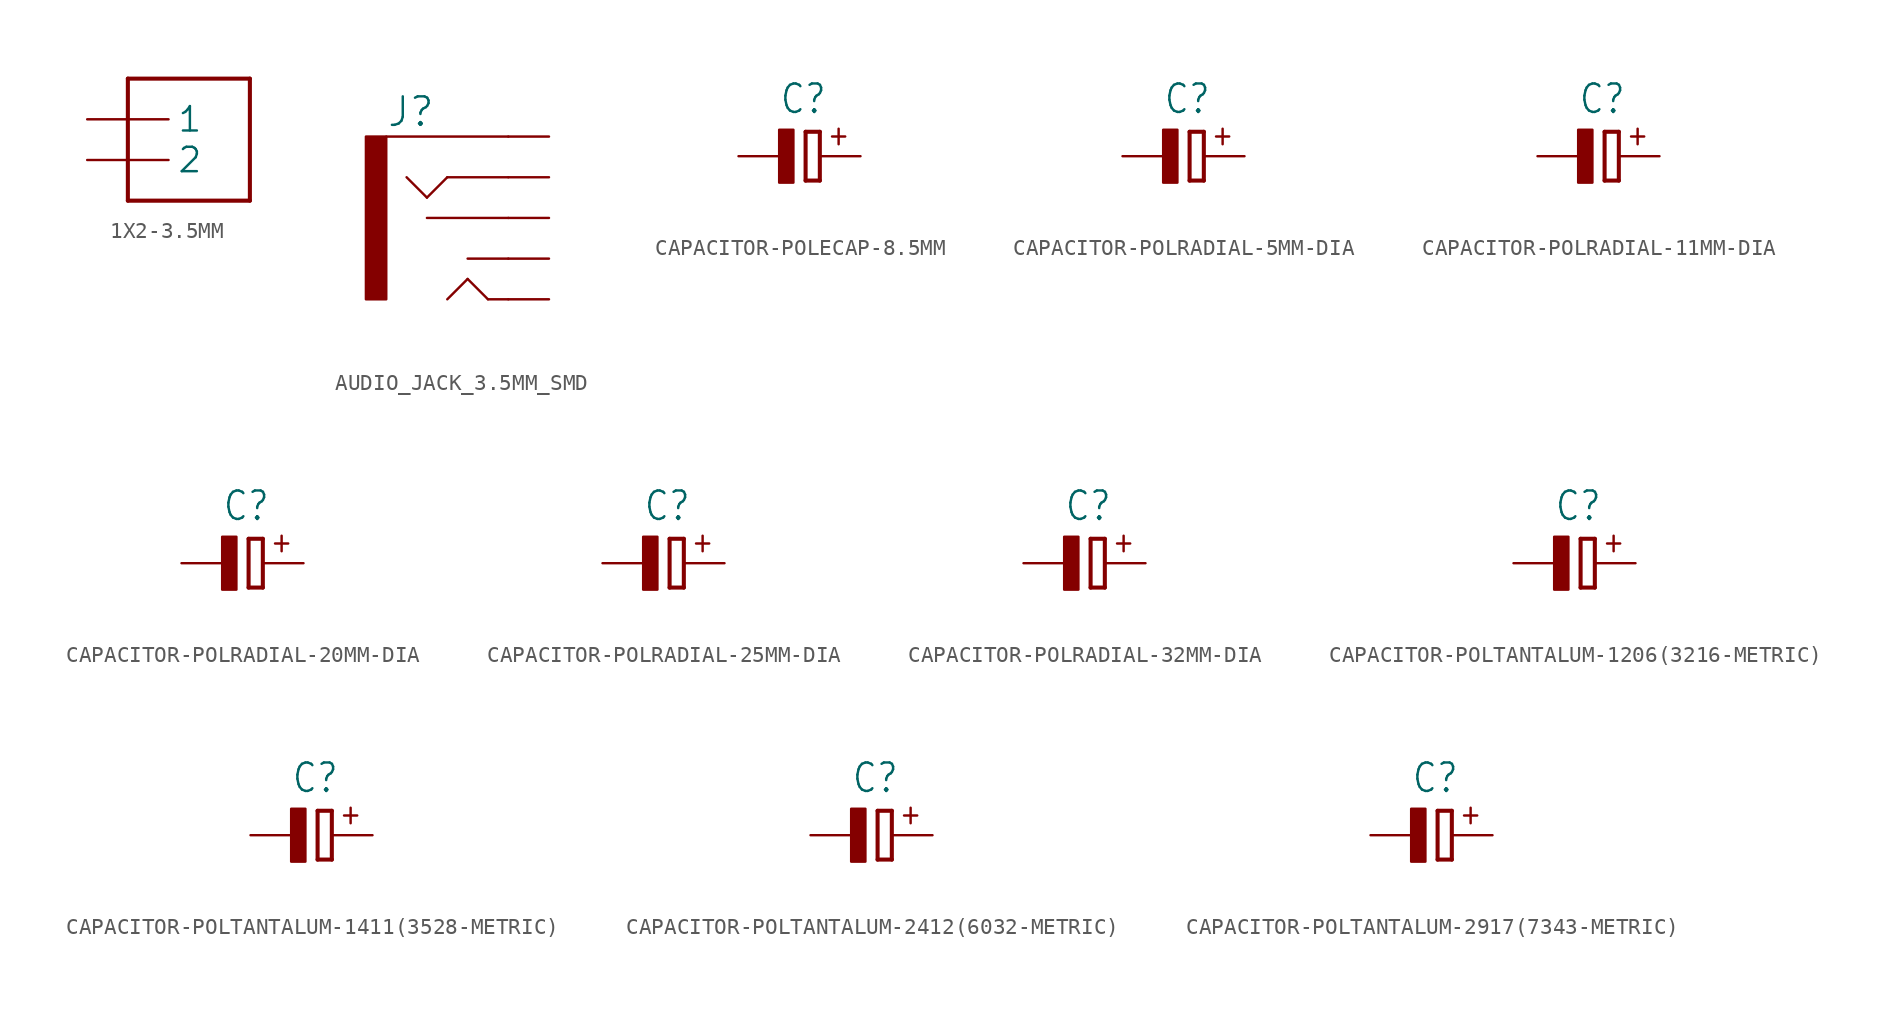
<source format=kicad_sym>
(kicad_symbol_lib
  (version 20241209)
  (generator "kicad_symbol_editor")
  (generator_version "9.0")
  (symbol "1X2-3.5MM"
    (property "Reference" "J"
      (at 0 0 0)
      (effects (font (size 1.27 1.27)) (hide yes)))
    (property "ki_locked" ""
      (at 0 0 0)
      (effects (font (size 1.27 1.27))))
    (symbol "1X2-3.5MM_1_0"
      (polyline (pts (xy -2.54 5.08) (xy -2.54 -2.54)) (stroke (width 0.254) (type solid)) (fill (type none)))
      (polyline (pts (xy -2.54 -2.54) (xy 5.08 -2.54)) (stroke (width 0.254) (type solid)) (fill (type none)))
      (polyline (pts (xy 5.08 5.08) (xy -2.54 5.08)) (stroke (width 0.254) (type solid)) (fill (type none)))
      (polyline (pts (xy 5.08 -2.54) (xy 5.08 5.08)) (stroke (width 0.254) (type solid)) (fill (type none)))
      (pin passive line (at -5.08 2.54 0) (length 5.08) (name "1" (effects (font (size 1.524 1.524)))) (number "1" (effects (font (size 0 0)))))
      (pin passive line (at -5.08 0 0) (length 5.08) (name "2" (effects (font (size 1.524 1.524)))) (number "2" (effects (font (size 0 0)))))))
  (symbol "AUDIO_JACK_3.5MM_SMD"
    (property "Reference" "J"
      (at -5.08 5.588 0)
      (effects (font (size 1.778 1.778)) (justify left bottom)))
    (property "Value" ""
      (at -5.08 -7.62 0)
      (effects (font (size 1.778 1.778)) (justify left bottom)))
    (property "ki_locked" ""
      (at 0 0 0)
      (effects (font (size 1.27 1.27))))
    (symbol "AUDIO_JACK_3.5MM_SMD_1_0"
      (rectangle (start -6.35 -5.08) (end -5.08 5.08) (stroke (width 0) (type default)) (fill (type outline)))
      (polyline (pts (xy -2.54 1.27) (xy -3.81 2.54)) (stroke (width 0.152) (type solid)) (fill (type none)))
      (polyline (pts (xy -2.54 0) (xy 2.54 0)) (stroke (width 0.152) (type solid)) (fill (type none)))
      (polyline (pts (xy -1.27 2.54) (xy -2.54 1.27)) (stroke (width 0.152) (type solid)) (fill (type none)))
      (polyline (pts (xy -1.27 -5.08) (xy 0 -3.81)) (stroke (width 0.152) (type solid)) (fill (type none)))
      (polyline (pts (xy 0 -2.54) (xy 2.54 -2.54)) (stroke (width 0.152) (type solid)) (fill (type none)))
      (polyline (pts (xy 0 -3.81) (xy 1.27 -5.08)) (stroke (width 0.152) (type solid)) (fill (type none)))
      (polyline (pts (xy 1.27 -5.08) (xy 2.54 -5.08)) (stroke (width 0.152) (type solid)) (fill (type none)))
      (polyline (pts (xy 2.54 5.08) (xy -5.08 5.08)) (stroke (width 0.152) (type solid)) (fill (type none)))
      (polyline (pts (xy 2.54 2.54) (xy -1.27 2.54)) (stroke (width 0.152) (type solid)) (fill (type none)))
      (pin bidirectional line (at 5.08 5.08 180) (length 2.54) (name "SLEEVE" (effects (font (size 0 0)))) (number "SLEEVE" (effects (font (size 0 0)))))
      (pin bidirectional line (at 5.08 2.54 180) (length 2.54) (name "RING" (effects (font (size 0 0)))) (number "RING1" (effects (font (size 0 0)))))
      (pin bidirectional line (at 5.08 0 180) (length 2.54) (name "RSH" (effects (font (size 0 0)))) (number "RSH" (effects (font (size 0 0)))))
      (pin bidirectional line (at 5.08 -2.54 180) (length 2.54) (name "TSH" (effects (font (size 0 0)))) (number "TSH" (effects (font (size 0 0)))))
      (pin bidirectional line (at 5.08 -5.08 180) (length 2.54) (name "TIP" (effects (font (size 0 0)))) (number "TIP" (effects (font (size 0 0)))))))
  (symbol "CAPACITOR-POLECAP-8.5MM"
    (property "Reference" "C"
      (at -2.54 2.54 0)
      (effects (font (size 1.778 1.511)) (justify left bottom)))
    (property "Value" ""
      (at -2.54 -3.81 0)
      (effects (font (size 1.778 1.511)) (justify left bottom)))
    (property "ki_locked" ""
      (at 0 0 0)
      (effects (font (size 1.27 1.27))))
    (symbol "CAPACITOR-POLECAP-8.5MM_1_0"
      (rectangle (start -2.54 -1.651) (end -1.651 1.651) (stroke (width 0) (type default)) (fill (type outline)))
      (polyline (pts (xy -0.889 1.524) (xy 0 1.524)) (stroke (width 0.254) (type solid)) (fill (type none)))
      (polyline (pts (xy -0.889 -1.524) (xy -0.889 1.524)) (stroke (width 0.254) (type solid)) (fill (type none)))
      (polyline (pts (xy 0 -1.524) (xy -0.889 -1.524)) (stroke (width 0.254) (type solid)) (fill (type none)))
      (polyline (pts (xy 0 -1.524) (xy 0 1.524)) (stroke (width 0.254) (type solid)) (fill (type none)))
      (text "+" (at 0.406 0.584 0) (effects (font (size 1.27 1.079)) (justify left bottom)))
      (pin passive line (at -5.08 0 0) (length 2.54) (name "-" (effects (font (size 0 0)))) (number "2" (effects (font (size 0 0)))))
      (pin passive line (at 2.54 0 180) (length 2.54) (name "+" (effects (font (size 0 0)))) (number "1" (effects (font (size 0 0)))))))
  (symbol "CAPACITOR-POLRADIAL-5MM-DIA"
    (property "Reference" "C"
      (at -2.54 2.54 0)
      (effects (font (size 1.778 1.511)) (justify left bottom)))
    (property "Value" ""
      (at -2.54 -3.81 0)
      (effects (font (size 1.778 1.511)) (justify left bottom)))
    (property "ki_locked" ""
      (at 0 0 0)
      (effects (font (size 1.27 1.27))))
    (symbol "CAPACITOR-POLRADIAL-5MM-DIA_1_0"
      (rectangle (start -2.54 -1.651) (end -1.651 1.651) (stroke (width 0) (type default)) (fill (type outline)))
      (polyline (pts (xy -0.889 1.524) (xy 0 1.524)) (stroke (width 0.254) (type solid)) (fill (type none)))
      (polyline (pts (xy -0.889 -1.524) (xy -0.889 1.524)) (stroke (width 0.254) (type solid)) (fill (type none)))
      (polyline (pts (xy 0 -1.524) (xy -0.889 -1.524)) (stroke (width 0.254) (type solid)) (fill (type none)))
      (polyline (pts (xy 0 -1.524) (xy 0 1.524)) (stroke (width 0.254) (type solid)) (fill (type none)))
      (text "+" (at 0.406 0.584 0) (effects (font (size 1.27 1.079)) (justify left bottom)))
      (pin passive line (at -5.08 0 0) (length 2.54) (name "-" (effects (font (size 0 0)))) (number "2" (effects (font (size 0 0)))))
      (pin passive line (at 2.54 0 180) (length 2.54) (name "+" (effects (font (size 0 0)))) (number "1" (effects (font (size 0 0)))))))
  (symbol "CAPACITOR-POLRADIAL-11MM-DIA"
    (property "Reference" "C"
      (at -2.54 2.54 0)
      (effects (font (size 1.778 1.511)) (justify left bottom)))
    (property "Value" ""
      (at -2.54 -3.81 0)
      (effects (font (size 1.778 1.511)) (justify left bottom)))
    (property "ki_locked" ""
      (at 0 0 0)
      (effects (font (size 1.27 1.27))))
    (symbol "CAPACITOR-POLRADIAL-11MM-DIA_1_0"
      (rectangle (start -2.54 -1.651) (end -1.651 1.651) (stroke (width 0) (type default)) (fill (type outline)))
      (polyline (pts (xy -0.889 1.524) (xy 0 1.524)) (stroke (width 0.254) (type solid)) (fill (type none)))
      (polyline (pts (xy -0.889 -1.524) (xy -0.889 1.524)) (stroke (width 0.254) (type solid)) (fill (type none)))
      (polyline (pts (xy 0 -1.524) (xy -0.889 -1.524)) (stroke (width 0.254) (type solid)) (fill (type none)))
      (polyline (pts (xy 0 -1.524) (xy 0 1.524)) (stroke (width 0.254) (type solid)) (fill (type none)))
      (text "+" (at 0.406 0.584 0) (effects (font (size 1.27 1.079)) (justify left bottom)))
      (pin passive line (at -5.08 0 0) (length 2.54) (name "-" (effects (font (size 0 0)))) (number "2" (effects (font (size 0 0)))))
      (pin passive line (at 2.54 0 180) (length 2.54) (name "+" (effects (font (size 0 0)))) (number "1" (effects (font (size 0 0)))))))
  (symbol "CAPACITOR-POLRADIAL-20MM-DIA"
    (property "Reference" "C"
      (at -2.54 2.54 0)
      (effects (font (size 1.778 1.511)) (justify left bottom)))
    (property "Value" ""
      (at -2.54 -3.81 0)
      (effects (font (size 1.778 1.511)) (justify left bottom)))
    (property "ki_locked" ""
      (at 0 0 0)
      (effects (font (size 1.27 1.27))))
    (symbol "CAPACITOR-POLRADIAL-20MM-DIA_1_0"
      (rectangle (start -2.54 -1.651) (end -1.651 1.651) (stroke (width 0) (type default)) (fill (type outline)))
      (polyline (pts (xy -0.889 1.524) (xy 0 1.524)) (stroke (width 0.254) (type solid)) (fill (type none)))
      (polyline (pts (xy -0.889 -1.524) (xy -0.889 1.524)) (stroke (width 0.254) (type solid)) (fill (type none)))
      (polyline (pts (xy 0 -1.524) (xy -0.889 -1.524)) (stroke (width 0.254) (type solid)) (fill (type none)))
      (polyline (pts (xy 0 -1.524) (xy 0 1.524)) (stroke (width 0.254) (type solid)) (fill (type none)))
      (text "+" (at 0.406 0.584 0) (effects (font (size 1.27 1.079)) (justify left bottom)))
      (pin passive line (at -5.08 0 0) (length 2.54) (name "-" (effects (font (size 0 0)))) (number "2" (effects (font (size 0 0)))))
      (pin passive line (at 2.54 0 180) (length 2.54) (name "+" (effects (font (size 0 0)))) (number "1" (effects (font (size 0 0)))))))
  (symbol "CAPACITOR-POLRADIAL-25MM-DIA"
    (property "Reference" "C"
      (at -2.54 2.54 0)
      (effects (font (size 1.778 1.511)) (justify left bottom)))
    (property "Value" ""
      (at -2.54 -3.81 0)
      (effects (font (size 1.778 1.511)) (justify left bottom)))
    (property "ki_locked" ""
      (at 0 0 0)
      (effects (font (size 1.27 1.27))))
    (symbol "CAPACITOR-POLRADIAL-25MM-DIA_1_0"
      (rectangle (start -2.54 -1.651) (end -1.651 1.651) (stroke (width 0) (type default)) (fill (type outline)))
      (polyline (pts (xy -0.889 1.524) (xy 0 1.524)) (stroke (width 0.254) (type solid)) (fill (type none)))
      (polyline (pts (xy -0.889 -1.524) (xy -0.889 1.524)) (stroke (width 0.254) (type solid)) (fill (type none)))
      (polyline (pts (xy 0 -1.524) (xy -0.889 -1.524)) (stroke (width 0.254) (type solid)) (fill (type none)))
      (polyline (pts (xy 0 -1.524) (xy 0 1.524)) (stroke (width 0.254) (type solid)) (fill (type none)))
      (text "+" (at 0.406 0.584 0) (effects (font (size 1.27 1.079)) (justify left bottom)))
      (pin passive line (at -5.08 0 0) (length 2.54) (name "-" (effects (font (size 0 0)))) (number "2" (effects (font (size 0 0)))))
      (pin passive line (at 2.54 0 180) (length 2.54) (name "+" (effects (font (size 0 0)))) (number "1" (effects (font (size 0 0)))))))
  (symbol "CAPACITOR-POLRADIAL-32MM-DIA"
    (property "Reference" "C"
      (at -2.54 2.54 0)
      (effects (font (size 1.778 1.511)) (justify left bottom)))
    (property "Value" ""
      (at -2.54 -3.81 0)
      (effects (font (size 1.778 1.511)) (justify left bottom)))
    (property "ki_locked" ""
      (at 0 0 0)
      (effects (font (size 1.27 1.27))))
    (symbol "CAPACITOR-POLRADIAL-32MM-DIA_1_0"
      (rectangle (start -2.54 -1.651) (end -1.651 1.651) (stroke (width 0) (type default)) (fill (type outline)))
      (polyline (pts (xy -0.889 1.524) (xy 0 1.524)) (stroke (width 0.254) (type solid)) (fill (type none)))
      (polyline (pts (xy -0.889 -1.524) (xy -0.889 1.524)) (stroke (width 0.254) (type solid)) (fill (type none)))
      (polyline (pts (xy 0 -1.524) (xy -0.889 -1.524)) (stroke (width 0.254) (type solid)) (fill (type none)))
      (polyline (pts (xy 0 -1.524) (xy 0 1.524)) (stroke (width 0.254) (type solid)) (fill (type none)))
      (text "+" (at 0.406 0.584 0) (effects (font (size 1.27 1.079)) (justify left bottom)))
      (pin passive line (at -5.08 0 0) (length 2.54) (name "-" (effects (font (size 0 0)))) (number "2" (effects (font (size 0 0)))))
      (pin passive line (at 2.54 0 180) (length 2.54) (name "+" (effects (font (size 0 0)))) (number "1" (effects (font (size 0 0)))))))
  (symbol "CAPACITOR-POLTANTALUM-1206(3216-METRIC)"
    (property "Reference" "C"
      (at -2.54 2.54 0)
      (effects (font (size 1.778 1.511)) (justify left bottom)))
    (property "Value" ""
      (at -2.54 -3.81 0)
      (effects (font (size 1.778 1.511)) (justify left bottom)))
    (property "ki_locked" ""
      (at 0 0 0)
      (effects (font (size 1.27 1.27))))
    (symbol "CAPACITOR-POLTANTALUM-1206(3216-METRIC)_1_0"
      (rectangle (start -2.54 -1.651) (end -1.651 1.651) (stroke (width 0) (type default)) (fill (type outline)))
      (polyline (pts (xy -0.889 1.524) (xy 0 1.524)) (stroke (width 0.254) (type solid)) (fill (type none)))
      (polyline (pts (xy -0.889 -1.524) (xy -0.889 1.524)) (stroke (width 0.254) (type solid)) (fill (type none)))
      (polyline (pts (xy 0 -1.524) (xy -0.889 -1.524)) (stroke (width 0.254) (type solid)) (fill (type none)))
      (polyline (pts (xy 0 -1.524) (xy 0 1.524)) (stroke (width 0.254) (type solid)) (fill (type none)))
      (text "+" (at 0.406 0.584 0) (effects (font (size 1.27 1.079)) (justify left bottom)))
      (pin passive line (at -5.08 0 0) (length 2.54) (name "-" (effects (font (size 0 0)))) (number "2" (effects (font (size 0 0)))))
      (pin passive line (at 2.54 0 180) (length 2.54) (name "+" (effects (font (size 0 0)))) (number "1" (effects (font (size 0 0)))))))
  (symbol "CAPACITOR-POLTANTALUM-1411(3528-METRIC)"
    (property "Reference" "C"
      (at -2.54 2.54 0)
      (effects (font (size 1.778 1.511)) (justify left bottom)))
    (property "Value" ""
      (at -2.54 -3.81 0)
      (effects (font (size 1.778 1.511)) (justify left bottom)))
    (property "ki_locked" ""
      (at 0 0 0)
      (effects (font (size 1.27 1.27))))
    (symbol "CAPACITOR-POLTANTALUM-1411(3528-METRIC)_1_0"
      (rectangle (start -2.54 -1.651) (end -1.651 1.651) (stroke (width 0) (type default)) (fill (type outline)))
      (polyline (pts (xy -0.889 1.524) (xy 0 1.524)) (stroke (width 0.254) (type solid)) (fill (type none)))
      (polyline (pts (xy -0.889 -1.524) (xy -0.889 1.524)) (stroke (width 0.254) (type solid)) (fill (type none)))
      (polyline (pts (xy 0 -1.524) (xy -0.889 -1.524)) (stroke (width 0.254) (type solid)) (fill (type none)))
      (polyline (pts (xy 0 -1.524) (xy 0 1.524)) (stroke (width 0.254) (type solid)) (fill (type none)))
      (text "+" (at 0.406 0.584 0) (effects (font (size 1.27 1.079)) (justify left bottom)))
      (pin passive line (at -5.08 0 0) (length 2.54) (name "-" (effects (font (size 0 0)))) (number "2" (effects (font (size 0 0)))))
      (pin passive line (at 2.54 0 180) (length 2.54) (name "+" (effects (font (size 0 0)))) (number "1" (effects (font (size 0 0)))))))
  (symbol "CAPACITOR-POLTANTALUM-2412(6032-METRIC)"
    (property "Reference" "C"
      (at -2.54 2.54 0)
      (effects (font (size 1.778 1.511)) (justify left bottom)))
    (property "Value" ""
      (at -2.54 -3.81 0)
      (effects (font (size 1.778 1.511)) (justify left bottom)))
    (property "ki_locked" ""
      (at 0 0 0)
      (effects (font (size 1.27 1.27))))
    (symbol "CAPACITOR-POLTANTALUM-2412(6032-METRIC)_1_0"
      (rectangle (start -2.54 -1.651) (end -1.651 1.651) (stroke (width 0) (type default)) (fill (type outline)))
      (polyline (pts (xy -0.889 1.524) (xy 0 1.524)) (stroke (width 0.254) (type solid)) (fill (type none)))
      (polyline (pts (xy -0.889 -1.524) (xy -0.889 1.524)) (stroke (width 0.254) (type solid)) (fill (type none)))
      (polyline (pts (xy 0 -1.524) (xy -0.889 -1.524)) (stroke (width 0.254) (type solid)) (fill (type none)))
      (polyline (pts (xy 0 -1.524) (xy 0 1.524)) (stroke (width 0.254) (type solid)) (fill (type none)))
      (text "+" (at 0.406 0.584 0) (effects (font (size 1.27 1.079)) (justify left bottom)))
      (pin passive line (at -5.08 0 0) (length 2.54) (name "-" (effects (font (size 0 0)))) (number "2" (effects (font (size 0 0)))))
      (pin passive line (at 2.54 0 180) (length 2.54) (name "+" (effects (font (size 0 0)))) (number "1" (effects (font (size 0 0)))))))
  (symbol "CAPACITOR-POLTANTALUM-2917(7343-METRIC)"
    (property "Reference" "C"
      (at -2.54 2.54 0)
      (effects (font (size 1.778 1.511)) (justify left bottom)))
    (property "Value" ""
      (at -2.54 -3.81 0)
      (effects (font (size 1.778 1.511)) (justify left bottom)))
    (property "ki_locked" ""
      (at 0 0 0)
      (effects (font (size 1.27 1.27))))
    (symbol "CAPACITOR-POLTANTALUM-2917(7343-METRIC)_1_0"
      (rectangle (start -2.54 -1.651) (end -1.651 1.651) (stroke (width 0) (type default)) (fill (type outline)))
      (polyline (pts (xy -0.889 1.524) (xy 0 1.524)) (stroke (width 0.254) (type solid)) (fill (type none)))
      (polyline (pts (xy -0.889 -1.524) (xy -0.889 1.524)) (stroke (width 0.254) (type solid)) (fill (type none)))
      (polyline (pts (xy 0 -1.524) (xy -0.889 -1.524)) (stroke (width 0.254) (type solid)) (fill (type none)))
      (polyline (pts (xy 0 -1.524) (xy 0 1.524)) (stroke (width 0.254) (type solid)) (fill (type none)))
      (text "+" (at 0.406 0.584 0) (effects (font (size 1.27 1.079)) (justify left bottom)))
      (pin passive line (at -5.08 0 0) (length 2.54) (name "-" (effects (font (size 0 0)))) (number "2" (effects (font (size 0 0)))))
      (pin passive line (at 2.54 0 180) (length 2.54) (name "+" (effects (font (size 0 0)))) (number "1" (effects (font (size 0 0))))))))
</source>
